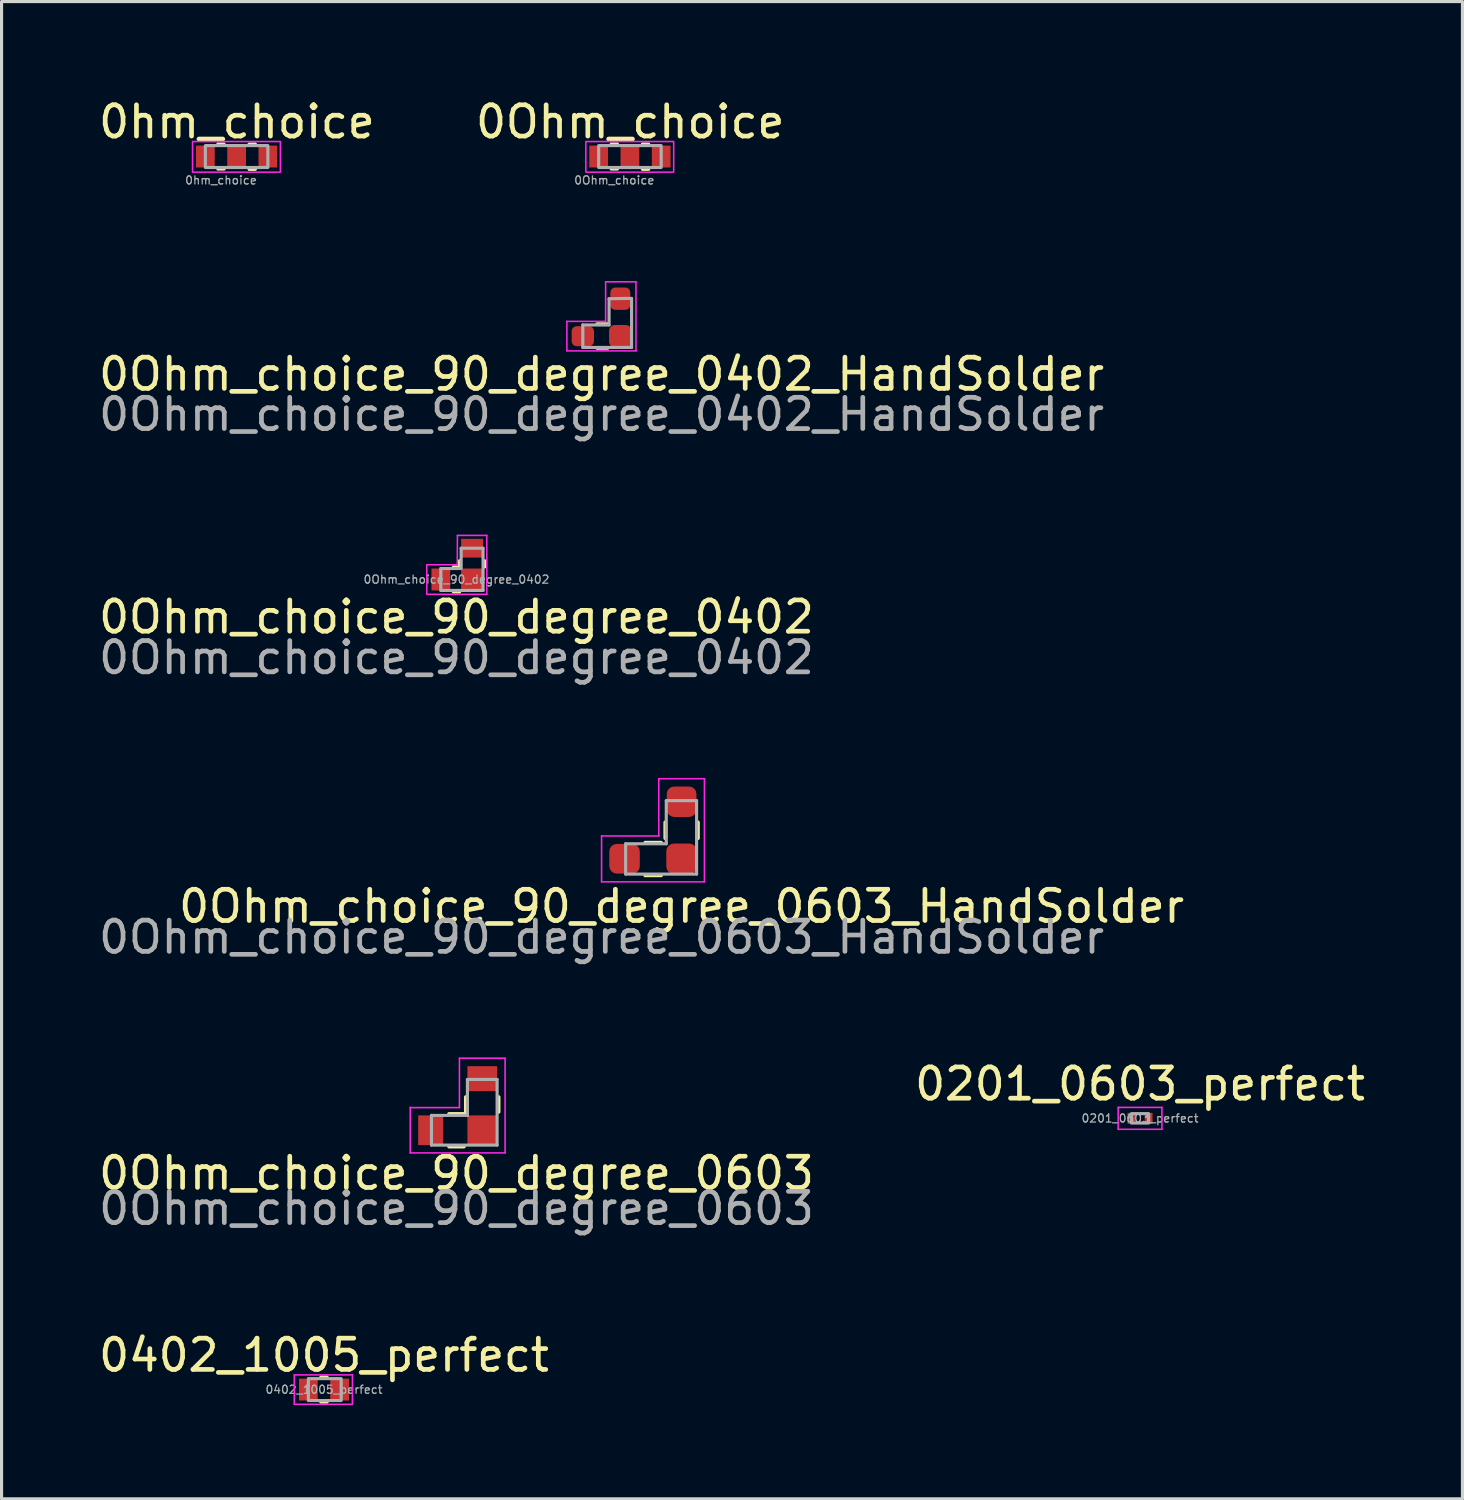
<source format=kicad_pcb>
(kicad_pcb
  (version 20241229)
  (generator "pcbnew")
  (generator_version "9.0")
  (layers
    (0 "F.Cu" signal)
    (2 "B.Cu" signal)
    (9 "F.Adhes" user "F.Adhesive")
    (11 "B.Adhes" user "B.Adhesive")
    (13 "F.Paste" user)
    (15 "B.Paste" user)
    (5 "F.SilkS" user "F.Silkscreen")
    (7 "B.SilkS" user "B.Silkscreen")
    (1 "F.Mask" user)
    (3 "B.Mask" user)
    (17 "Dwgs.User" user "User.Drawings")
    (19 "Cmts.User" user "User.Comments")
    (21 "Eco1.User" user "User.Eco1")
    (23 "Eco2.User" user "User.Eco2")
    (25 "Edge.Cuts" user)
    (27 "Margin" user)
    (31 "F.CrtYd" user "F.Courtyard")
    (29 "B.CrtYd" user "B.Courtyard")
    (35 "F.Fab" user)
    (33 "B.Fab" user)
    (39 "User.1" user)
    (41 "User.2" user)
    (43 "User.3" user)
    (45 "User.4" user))
  (footprint "0Ohm_choice_90_degree_0603_HandSolder"
    (layer "F.Cu")
    (at 18.756 24.425)
    (property "Reference" "0Ohm_choice_90_degree_0603_HandSolder" (at 0 1.52 0) (unlocked yes) (layer "F.SilkS") (effects (font (size 1 1) (thickness 0.15))))
    (attr smd)
    (fp_line (start -1.165 -0.515) (end -0.655 -0.515) (stroke (width 0.12) (type solid)) (layer "F.SilkS"))
    (fp_line (start -1.165 0.53) (end -0.655 0.53) (stroke (width 0.12) (type solid)) (layer "F.SilkS"))
    (fp_line (start -0.522 -0.658) (end -0.522 -1.167) (stroke (width 0.12) (type solid)) (layer "F.SilkS"))
    (fp_line (start 0.522 -0.658) (end 0.522 -1.167) (stroke (width 0.12) (type solid)) (layer "F.SilkS"))
    (fp_line (start -2.56 -0.73) (end -0.73 -0.73) (stroke (width 0.05) (type solid)) (layer "F.CrtYd"))
    (fp_line (start -2.56 0.738) (end -2.56 -0.73) (stroke (width 0.05) (type solid)) (layer "F.CrtYd"))
    (fp_line (start -0.73 -2.562) (end 0.73 -2.562) (stroke (width 0.05) (type solid)) (layer "F.CrtYd"))
    (fp_line (start -0.73 -0.73) (end -0.73 -2.562) (stroke (width 0.05) (type solid)) (layer "F.CrtYd"))
    (fp_line (start 0.73 -2.562) (end 0.73 0.738) (stroke (width 0.05) (type solid)) (layer "F.CrtYd"))
    (fp_line (start 0.73 0.738) (end -2.56 0.738) (stroke (width 0.05) (type solid)) (layer "F.CrtYd"))
    (fp_line (start -1.79 -0.48) (end -0.49 -0.48) (stroke (width 0.1) (type solid)) (layer "F.Fab"))
    (fp_line (start -1.79 0.49) (end -1.79 -0.48) (stroke (width 0.1) (type solid)) (layer "F.Fab"))
    (fp_line (start -0.49 -1.86) (end 0.48 -1.86) (stroke (width 0.1) (type solid)) (layer "F.Fab"))
    (fp_line (start -0.49 -0.48) (end -0.49 -1.86) (stroke (width 0.1) (type solid)) (layer "F.Fab"))
    (fp_line (start 0.48 -1.86) (end 0.48 0.49) (stroke (width 0.1) (type solid)) (layer "F.Fab"))
    (fp_line (start 0.48 0.49) (end -1.79 0.49) (stroke (width 0.1) (type solid)) (layer "F.Fab"))
    (fp_text user "${REFERENCE}" (at -2.56 2.507 0) (unlocked yes) (layer "F.Fab") (effects (font (size 1 1) (thickness 0.15))))
    (pad "1" smd roundrect (at 0 -1.825 90) (size 0.975 0.95) (layers "F.Cu" "F.Mask" "F.Paste") (roundrect_rratio 0.25))
    (pad "2" smd roundrect (at 0 0 90) (size 0.975 0.98) (layers "F.Cu" "F.Mask" "F.Paste") (roundrect_rratio 0.25))
    (pad "3" smd roundrect (at -1.825 0) (size 0.975 0.95) (layers "F.Cu" "F.Mask" "F.Paste") (roundrect_rratio 0.25)))
  (footprint "0hm_choice"
    (layer "F.Cu")
    (at 4.52 1.958)
    (property "Reference" "0hm_choice" (at 0.01 -1.11 0) (unlocked yes) (layer "F.SilkS") (effects (font (size 1 1) (thickness 0.15))))
    (attr smd)
    (fp_line (start -0.6 -0.4) (end -0.4 -0.4) (stroke (width 0.1) (type default)) (layer "F.SilkS"))
    (fp_line (start -0.6 0.4) (end -0.4 0.4) (stroke (width 0.1) (type default)) (layer "F.SilkS"))
    (fp_line (start 0.6 -0.4) (end 0.4 -0.4) (stroke (width 0.1) (type default)) (layer "F.SilkS"))
    (fp_line (start 0.6 0.41) (end 0.4 0.41) (stroke (width 0.1) (type default)) (layer "F.SilkS"))
    (fp_rect (start -1.41 -0.48) (end 1.4 0.5) (stroke (width 0.05) (type default)) (fill no) (layer "F.CrtYd"))
    (fp_rect (start -1 -0.35) (end 1 0.35) (stroke (width 0.1) (type default)) (fill no) (layer "F.Fab"))
    (fp_text user "${REFERENCE}" (at -0.5 0.76 0) (unlocked yes) (layer "F.Fab") (effects (font (size 0.26 0.26) (thickness 0.04))))
    (pad "1" smd rect (at 0 0) (size 0.6 0.7) (layers "F.Cu" "F.Mask" "F.Paste"))
    (pad "2" smd rect (at -1 0) (size 0.6 0.7) (layers "F.Cu" "F.Mask" "F.Paste"))
    (pad "3" smd rect (at 1 0) (size 0.6 0.7) (layers "F.Cu" "F.Mask" "F.Paste")))
  (footprint "0Ohm_choice_90_degree_0402_HandSolder"
    (layer "F.Cu")
    (at 16.796 7.706)
    (property "Reference" "0Ohm_choice_90_degree_0402_HandSolder" (at -0.6 1.215 0) (unlocked yes) (layer "F.SilkS") (effects (font (size 1 1) (thickness 0.15))))
    (attr smd)
    (fp_line (start -0.743 -0.385) (end -0.407 -0.385) (stroke (width 0.12) (type solid)) (layer "F.SilkS"))
    (fp_line (start -0.743 0.375) (end -0.407 0.375) (stroke (width 0.12) (type solid)) (layer "F.SilkS"))
    (fp_line (start -1.71 -0.475) (end -0.47 -0.475) (stroke (width 0.05) (type solid)) (layer "F.CrtYd"))
    (fp_line (start -1.71 0.465) (end -1.71 -0.475) (stroke (width 0.05) (type solid)) (layer "F.CrtYd"))
    (fp_line (start -0.47 -1.74) (end 0.5 -1.74) (stroke (width 0.05) (type default)) (layer "F.CrtYd"))
    (fp_line (start -0.47 -0.475) (end -0.47 -1.74) (stroke (width 0.05) (type default)) (layer "F.CrtYd"))
    (fp_line (start 0.5 -1.74) (end 0.5 0.47) (stroke (width 0.05) (type solid)) (layer "F.CrtYd"))
    (fp_line (start 0.5 0.47) (end -1.71 0.47) (stroke (width 0.05) (type solid)) (layer "F.CrtYd"))
    (fp_line (start -1.2 -0.36) (end -0.36 -0.36) (stroke (width 0.1) (type solid)) (layer "F.Fab"))
    (fp_line (start -1.2 0.36) (end -1.2 -0.36) (stroke (width 0.1) (type solid)) (layer "F.Fab"))
    (fp_line (start -0.36 -1.2) (end 0.36 -1.21) (stroke (width 0.1) (type default)) (layer "F.Fab"))
    (fp_line (start -0.36 -0.36) (end -0.36 -1.2) (stroke (width 0.1) (type default)) (layer "F.Fab"))
    (fp_line (start 0.36 -1.2) (end 0.36 0.36) (stroke (width 0.1) (type solid)) (layer "F.Fab"))
    (fp_line (start 0.36 0.36) (end -1.2 0.36) (stroke (width 0.1) (type solid)) (layer "F.Fab"))
    (fp_text user "${REFERENCE}" (at -0.6 2.5 0) (unlocked yes) (layer "F.Fab") (effects (font (size 1 1) (thickness 0.15))))
    (pad "1" smd roundrect (at 0 -1.2 90) (size 0.715 0.64) (layers "F.Cu" "F.Mask" "F.Paste") (roundrect_rratio 0.25))
    (pad "2" smd roundrect (at 0 0 90) (size 0.715 0.72) (layers "F.Cu" "F.Mask" "F.Paste") (roundrect_rratio 0.25))
    (pad "3" smd roundrect (at -1.2 0) (size 0.715 0.64) (layers "F.Cu" "F.Mask" "F.Paste") (roundrect_rratio 0.25)))
  (footprint "0402_1005_perfect"
    (layer "F.Cu")
    (at 7.315 41.407)
    (property "Reference" "0402_1005_perfect" (at 0 -1.1 0) (unlocked yes) (layer "F.SilkS") (effects (font (size 1 1) (thickness 0.15))))
    (attr smd)
    (fp_line (start -0.1 -0.4) (end 0.1 -0.4) (stroke (width 0.1) (type default)) (layer "F.SilkS"))
    (fp_line (start -0.1 0.4) (end 0.1 0.4) (stroke (width 0.1) (type default)) (layer "F.SilkS"))
    (fp_line (start -0.95 -0.47) (end 0.91 -0.47) (stroke (width 0.05) (type solid)) (layer "F.CrtYd"))
    (fp_line (start -0.95 0.47) (end -0.95 -0.47) (stroke (width 0.05) (type solid)) (layer "F.CrtYd"))
    (fp_line (start 0.91 -0.47) (end 0.91 0.47) (stroke (width 0.05) (type solid)) (layer "F.CrtYd"))
    (fp_line (start 0.91 0.47) (end -0.95 0.47) (stroke (width 0.05) (type solid)) (layer "F.CrtYd"))
    (fp_rect (start -0.5 -0.35) (end 0.55 0.35) (stroke (width 0.1) (type default)) (fill no) (layer "F.Fab"))
    (fp_text user "${REFERENCE}" (at 0 0 0) (unlocked yes) (layer "F.Fab") (effects (font (size 0.26 0.26) (thickness 0.04))))
    (pad "1" smd rect (at -0.5 0) (size 0.6 0.7) (layers "F.Cu" "F.Mask" "F.Paste"))
    (pad "1" smd rect (at 0.5 0) (size 0.6 0.7) (layers "F.Cu" "F.Mask" "F.Paste")))
  (footprint "0Ohm_choice"
    (layer "F.Cu")
    (at 17.103 1.958)
    (property "Reference" "0Ohm_choice" (at 0.01 -1.11 0) (unlocked yes) (layer "F.SilkS") (effects (font (size 1 1) (thickness 0.15))))
    (attr smd)
    (fp_line (start -0.6 -0.4) (end -0.4 -0.4) (stroke (width 0.1) (type default)) (layer "F.SilkS"))
    (fp_line (start -0.6 0.4) (end -0.4 0.4) (stroke (width 0.1) (type default)) (layer "F.SilkS"))
    (fp_line (start 0.6 -0.4) (end 0.4 -0.4) (stroke (width 0.1) (type default)) (layer "F.SilkS"))
    (fp_line (start 0.6 0.41) (end 0.4 0.41) (stroke (width 0.1) (type default)) (layer "F.SilkS"))
    (fp_rect (start -1.41 -0.48) (end 1.4 0.5) (stroke (width 0.05) (type default)) (fill no) (layer "F.CrtYd"))
    (fp_rect (start -1 -0.35) (end 1 0.35) (stroke (width 0.1) (type default)) (fill no) (layer "F.Fab"))
    (fp_text user "${REFERENCE}" (at -0.5 0.76 0) (unlocked yes) (layer "F.Fab") (effects (font (size 0.26 0.26) (thickness 0.04))))
    (pad "1" smd rect (at -1 0) (size 0.6 0.7) (layers "F.Cu" "F.Mask" "F.Paste"))
    (pad "2" smd rect (at 0 0) (size 0.6 0.7) (layers "F.Cu" "F.Mask" "F.Paste"))
    (pad "3" smd rect (at 1 0) (size 0.6 0.7) (layers "F.Cu" "F.Mask" "F.Paste")))
  (footprint "0201_0603_perfect"
    (layer "F.Cu")
    (at 33.423 32.729)
    (property "Reference" "0201_0603_perfect" (at 0 -1.1 0) (unlocked yes) (layer "F.SilkS") (effects (font (size 1 1) (thickness 0.15))))
    (attr smd)
    (fp_line (start -0.7 -0.35) (end 0.7 -0.35) (stroke (width 0.05) (type solid)) (layer "F.CrtYd"))
    (fp_line (start -0.7 0.35) (end -0.7 -0.35) (stroke (width 0.05) (type solid)) (layer "F.CrtYd"))
    (fp_line (start 0.7 -0.35) (end 0.7 0.35) (stroke (width 0.05) (type solid)) (layer "F.CrtYd"))
    (fp_line (start 0.7 0.35) (end -0.7 0.35) (stroke (width 0.05) (type solid)) (layer "F.CrtYd"))
    (fp_rect (start -0.275 -0.15) (end 0.275 0.15) (stroke (width 0.1) (type default)) (fill no) (layer "F.Fab"))
    (fp_text user "${REFERENCE}" (at 0 0 0) (unlocked yes) (layer "F.Fab") (effects (font (size 0.26 0.26) (thickness 0.04))))
    (pad "1" smd rect (at -0.275 0) (size 0.25 0.35) (layers "F.Cu" "F.Mask" "F.Paste"))
    (pad "2" smd rect (at 0.275 0) (size 0.25 0.35) (layers "F.Cu" "F.Mask" "F.Paste")))
  (footprint "0Ohm_choice_90_degree_0603"
    (layer "F.Cu")
    (at 12.379 33.11)
    (property "Reference" "0Ohm_choice_90_degree_0603" (at -0.825 1.375 0) (unlocked yes) (layer "F.SilkS") (effects (font (size 1 1) (thickness 0.15))))
    (attr smd)
    (fp_line (start -1.062 -0.522) (end -0.525 -0.522) (stroke (width 0.12) (type solid)) (layer "F.SilkS"))
    (fp_line (start -1.062 0.522) (end -0.588 0.522) (stroke (width 0.12) (type solid)) (layer "F.SilkS"))
    (fp_line (start -0.525 -0.522) (end -0.525 -1.062) (stroke (width 0.12) (type solid)) (layer "F.SilkS"))
    (fp_line (start 0.522 -0.588) (end 0.522 -1.062) (stroke (width 0.12) (type solid)) (layer "F.SilkS"))
    (fp_line (start -2.305 -0.725) (end -0.73 -0.725) (stroke (width 0.05) (type solid)) (layer "F.CrtYd"))
    (fp_line (start -2.305 0.725) (end -2.305 -0.73) (stroke (width 0.05) (type solid)) (layer "F.CrtYd"))
    (fp_line (start -0.73 -2.305) (end 0.73 -2.305) (stroke (width 0.05) (type solid)) (layer "F.CrtYd"))
    (fp_line (start -0.73 -0.725) (end -0.73 -2.305) (stroke (width 0.05) (type solid)) (layer "F.CrtYd"))
    (fp_line (start 0.73 -2.305) (end 0.73 0.725) (stroke (width 0.05) (type solid)) (layer "F.CrtYd"))
    (fp_line (start 0.73 0.725) (end -2.305 0.725) (stroke (width 0.05) (type solid)) (layer "F.CrtYd"))
    (fp_line (start -1.625 -0.475) (end -0.475 -0.475) (stroke (width 0.1) (type solid)) (layer "F.Fab"))
    (fp_line (start -1.625 0.475) (end -1.625 -0.475) (stroke (width 0.1) (type solid)) (layer "F.Fab"))
    (fp_line (start -0.475 -1.625) (end 0.475 -1.625) (stroke (width 0.1) (type solid)) (layer "F.Fab"))
    (fp_line (start -0.475 -0.475) (end -0.475 -1.625) (stroke (width 0.1) (type solid)) (layer "F.Fab"))
    (fp_line (start 0.475 -1.625) (end 0.475 0.475) (stroke (width 0.1) (type solid)) (layer "F.Fab"))
    (fp_line (start 0.475 0.475) (end -1.625 0.475) (stroke (width 0.1) (type solid)) (layer "F.Fab"))
    (fp_text user "${REFERENCE}" (at -0.825 2.5 0) (unlocked yes) (layer "F.Fab") (effects (font (size 1 1) (thickness 0.15))))
    (pad "1" smd rect (at 0 -1.65 90) (size 0.8 0.95) (layers "F.Cu" "F.Mask" "F.Paste"))
    (pad "2" smd rect (at 0 0) (size 0.95 0.95) (layers "F.Cu" "F.Mask" "F.Paste"))
    (pad "3" smd rect (at -1.65 0) (size 0.8 0.95) (layers "F.Cu" "F.Mask" "F.Paste")))
  (footprint "0Ohm_choice_90_degree_0402"
    (layer "F.Cu")
    (at 12.054 15.489)
    (property "Reference" "0Ohm_choice_90_degree_0402" (at -0.5 1.2 0) (unlocked yes) (layer "F.SilkS") (effects (font (size 1 1) (thickness 0.15))))
    (attr smd)
    (fp_line (start -0.6 -0.4) (end -0.4 -0.4) (stroke (width 0.1) (type default)) (layer "F.SilkS"))
    (fp_line (start -0.6 0.4) (end -0.4 0.4) (stroke (width 0.1) (type default)) (layer "F.SilkS"))
    (fp_line (start -0.4 -0.4) (end -0.4 -0.6) (stroke (width 0.1) (type default)) (layer "F.SilkS"))
    (fp_line (start 0.4 -0.4) (end 0.4 -0.6) (stroke (width 0.1) (type default)) (layer "F.SilkS"))
    (fp_line (start -1.45 -0.47) (end -0.475 -0.47) (stroke (width 0.05) (type solid)) (layer "F.CrtYd"))
    (fp_line (start -1.45 0.47) (end -1.45 -0.47) (stroke (width 0.05) (type solid)) (layer "F.CrtYd"))
    (fp_line (start -1.45 0.475) (end 0.47 0.475) (stroke (width 0.05) (type solid)) (layer "F.CrtYd"))
    (fp_line (start -0.475 -0.47) (end -0.47 -1.41) (stroke (width 0.05) (type solid)) (layer "F.CrtYd"))
    (fp_line (start -0.47 -1.41) (end 0.47 -1.41) (stroke (width 0.05) (type solid)) (layer "F.CrtYd"))
    (fp_line (start 0.47 -1.41) (end 0.47 0.475) (stroke (width 0.05) (type solid)) (layer "F.CrtYd"))
    (fp_line (start -1 -0.35) (end -0.4 -0.35) (stroke (width 0.1) (type default)) (layer "F.Fab"))
    (fp_line (start -1 0.35) (end -1 -0.35) (stroke (width 0.1) (type default)) (layer "F.Fab"))
    (fp_line (start -0.35 -1) (end 0.35 -1) (stroke (width 0.1) (type default)) (layer "F.Fab"))
    (fp_line (start -0.35 -0.35) (end -0.35 -1) (stroke (width 0.1) (type default)) (layer "F.Fab"))
    (fp_line (start 0.35 -1) (end 0.35 0.35) (stroke (width 0.1) (type default)) (layer "F.Fab"))
    (fp_line (start 0.35 0.35) (end -1 0.35) (stroke (width 0.1) (type default)) (layer "F.Fab"))
    (fp_text user "${REFERENCE}" (at -0.5 2.5 0) (unlocked yes) (layer "F.Fab") (effects (font (size 1 1) (thickness 0.15))))
    (fp_text user "${REFERENCE}" (at -0.5 0 0) (unlocked yes) (layer "F.Fab") (effects (font (size 0.26 0.26) (thickness 0.04))))
    (pad "1" smd rect (at 0 -1 90) (size 0.6 0.7) (layers "F.Cu" "F.Mask" "F.Paste"))
    (pad "2" smd rect (at 0 0 90) (size 0.7 0.7) (layers "F.Cu" "F.Mask" "F.Paste"))
    (pad "3" smd rect (at -1 0) (size 0.6 0.7) (layers "F.Cu" "F.Mask" "F.Paste")))
  (gr_rect
    (start -3 -3)
    (end 43.738 44.902)
    (stroke (width 0.1) (type default))
    (fill no)
    (layer "Edge.Cuts")))
</source>
